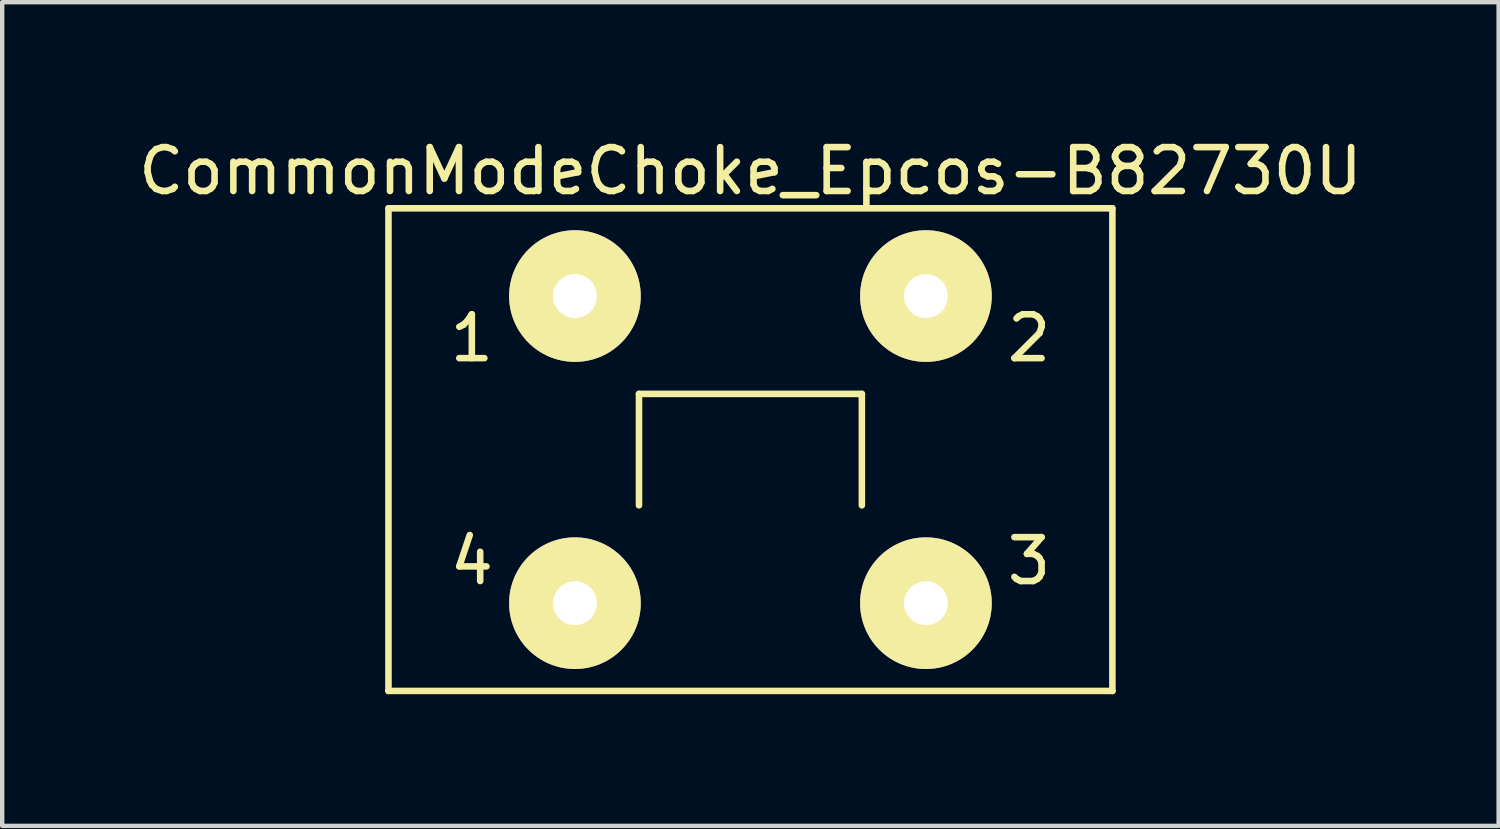
<source format=kicad_pcb>
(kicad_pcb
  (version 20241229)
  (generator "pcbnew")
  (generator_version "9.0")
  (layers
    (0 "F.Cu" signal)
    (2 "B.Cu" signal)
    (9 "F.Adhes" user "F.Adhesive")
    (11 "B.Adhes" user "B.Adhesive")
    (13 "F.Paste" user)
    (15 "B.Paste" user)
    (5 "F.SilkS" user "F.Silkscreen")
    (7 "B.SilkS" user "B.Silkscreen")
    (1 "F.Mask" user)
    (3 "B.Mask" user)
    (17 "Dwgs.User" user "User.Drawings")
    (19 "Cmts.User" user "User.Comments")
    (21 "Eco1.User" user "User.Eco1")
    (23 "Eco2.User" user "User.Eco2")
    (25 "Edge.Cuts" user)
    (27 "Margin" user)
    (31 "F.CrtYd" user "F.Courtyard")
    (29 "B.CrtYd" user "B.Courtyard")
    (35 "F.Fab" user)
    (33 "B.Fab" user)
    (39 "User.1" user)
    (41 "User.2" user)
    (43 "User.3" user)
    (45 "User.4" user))
  (footprint "CommonModeChoke_Epcos-B82730U"
    (layer "F.Cu")
    (at 14.054 7.198)
    (property "Reference" "CommonModeChoke_Epcos-B82730U" (at 0 -6.35 0) (layer "F.SilkS") (effects (font (size 1 1) (thickness 0.15))))
    (attr through_hole)
    (fp_line (start -8.25 5.5) (end -8.25 -5.5) (stroke (width 0.15) (type solid)) (layer "F.SilkS"))
    (fp_line (start -2.54 -1.27) (end 2.54 -1.27) (stroke (width 0.15) (type solid)) (layer "F.SilkS"))
    (fp_line (start -2.54 1.27) (end -2.54 -1.27) (stroke (width 0.15) (type solid)) (layer "F.SilkS"))
    (fp_line (start 2.54 -1.27) (end 2.54 1.27) (stroke (width 0.15) (type solid)) (layer "F.SilkS"))
    (fp_line (start 8.25 -5.5) (end -8.25 -5.5) (stroke (width 0.15) (type solid)) (layer "F.SilkS"))
    (fp_line (start 8.25 5.5) (end -8.25 5.5) (stroke (width 0.15) (type solid)) (layer "F.SilkS"))
    (fp_line (start 8.25 5.5) (end 8.25 -5.5) (stroke (width 0.15) (type solid)) (layer "F.SilkS"))
    (fp_text user "2" (at 6.35 -2.54 0) (layer "F.SilkS") (effects (font (size 1 1) (thickness 0.15))))
    (fp_text user "3" (at 6.35 2.54 0) (layer "F.SilkS") (effects (font (size 1 1) (thickness 0.15))))
    (fp_text user "4" (at -6.35 2.54 0) (layer "F.SilkS") (effects (font (size 1 1) (thickness 0.15))))
    (fp_text user "1" (at -6.35 -2.54 0) (layer "F.SilkS") (effects (font (size 1 1) (thickness 0.15))))
    (pad "1" thru_hole circle (at -4 -3.5) (size 3 3) (drill 1) (layers "*.Cu" "*.Mask" "F.SilkS"))
    (pad "2" thru_hole circle (at 4 -3.5) (size 3 3) (drill 1) (layers "*.Cu" "*.Mask" "F.SilkS"))
    (pad "3" thru_hole circle (at 4 3.5) (size 3 3) (drill 1) (layers "*.Cu" "*.Mask" "F.SilkS"))
    (pad "4" thru_hole circle (at -4 3.5) (size 3 3) (drill 1) (layers "*.Cu" "*.Mask" "F.SilkS")))
  (gr_rect
    (start -3 -3)
    (end 31.107 15.773)
    (stroke (width 0.1) (type default))
    (fill no)
    (layer "Edge.Cuts")))
</source>
